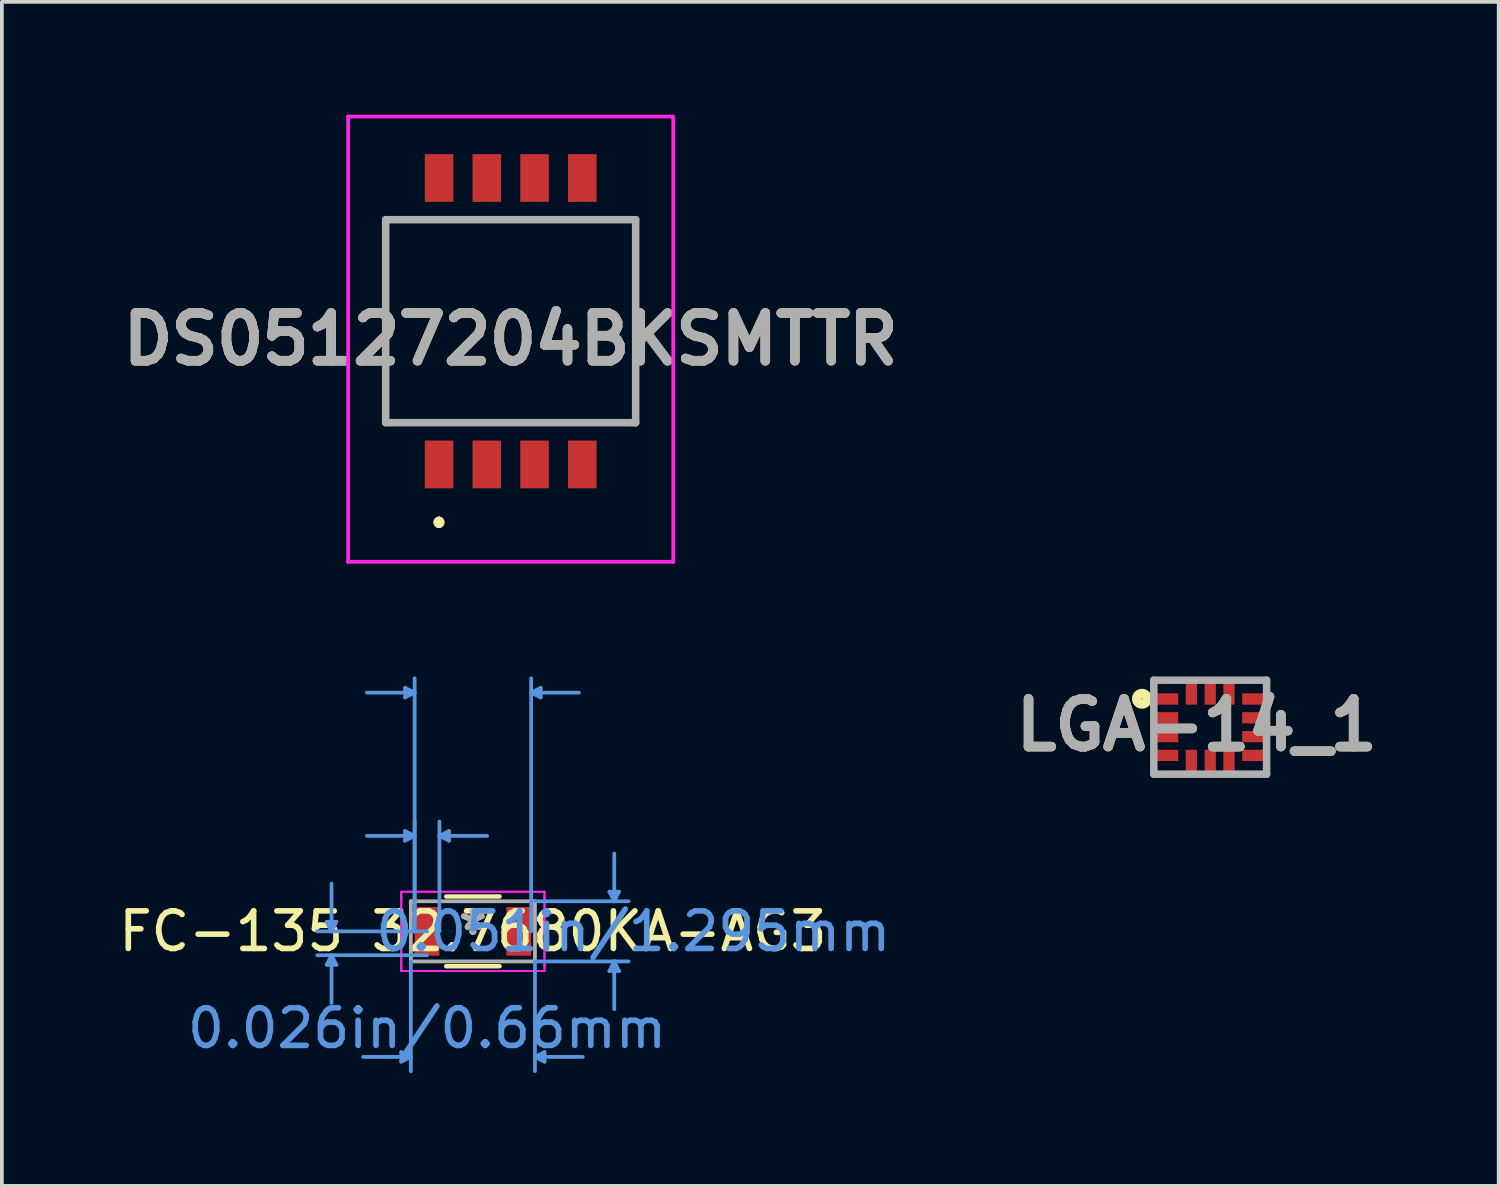
<source format=kicad_pcb>
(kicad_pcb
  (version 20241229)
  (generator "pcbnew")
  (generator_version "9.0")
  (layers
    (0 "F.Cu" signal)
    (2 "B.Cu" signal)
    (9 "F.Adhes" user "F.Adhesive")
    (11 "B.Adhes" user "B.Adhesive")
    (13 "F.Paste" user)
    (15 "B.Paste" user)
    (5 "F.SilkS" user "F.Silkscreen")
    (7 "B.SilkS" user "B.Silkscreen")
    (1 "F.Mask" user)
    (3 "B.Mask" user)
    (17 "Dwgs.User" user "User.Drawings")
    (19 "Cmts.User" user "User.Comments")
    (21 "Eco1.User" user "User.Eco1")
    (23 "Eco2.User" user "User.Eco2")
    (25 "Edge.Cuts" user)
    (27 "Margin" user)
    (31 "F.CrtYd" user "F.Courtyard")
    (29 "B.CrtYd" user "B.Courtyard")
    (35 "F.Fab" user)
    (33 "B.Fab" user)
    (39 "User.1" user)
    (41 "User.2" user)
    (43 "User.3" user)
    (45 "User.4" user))
  (footprint "FC-135 32.7680KA-AG3"
    (layer "F.Cu")
    (at 9.53 21.726)
    (property "Reference" "FC-135 32.7680KA-AG3" (at 0 0 0) (layer "F.SilkS") (effects (font (size 1 1) (thickness 0.15))))
    (attr through_hole)
    (fp_line (start -0.709 0.927) (end 0.709 0.927) (stroke (width 0.12) (type solid)) (layer "F.SilkS"))
    (fp_line (start 0.709 -0.927) (end -0.709 -0.927) (stroke (width 0.12) (type solid)) (layer "F.SilkS"))
    (fp_line (start -3.887 -0.254) (end -3.633 -0.254) (stroke (width 0.1) (type solid)) (layer "Cmts.User"))
    (fp_line (start -3.887 0.889) (end -3.633 0.889) (stroke (width 0.1) (type solid)) (layer "Cmts.User"))
    (fp_line (start -3.76 0) (end -3.887 -0.254) (stroke (width 0.1) (type solid)) (layer "Cmts.User"))
    (fp_line (start -3.76 0) (end -3.76 -1.27) (stroke (width 0.1) (type solid)) (layer "Cmts.User"))
    (fp_line (start -3.76 0) (end -3.633 -0.254) (stroke (width 0.1) (type solid)) (layer "Cmts.User"))
    (fp_line (start -3.76 0.635) (end -3.887 0.889) (stroke (width 0.1) (type solid)) (layer "Cmts.User"))
    (fp_line (start -3.76 0.635) (end -3.76 1.905) (stroke (width 0.1) (type solid)) (layer "Cmts.User"))
    (fp_line (start -3.76 0.635) (end -3.633 0.889) (stroke (width 0.1) (type solid)) (layer "Cmts.User"))
    (fp_line (start -1.905 3.213) (end -1.905 3.467) (stroke (width 0.1) (type solid)) (layer "Cmts.User"))
    (fp_line (start -1.804 -6.477) (end -1.804 -6.223) (stroke (width 0.1) (type solid)) (layer "Cmts.User"))
    (fp_line (start -1.804 -2.667) (end -1.804 -2.413) (stroke (width 0.1) (type solid)) (layer "Cmts.User"))
    (fp_line (start -1.651 0.8) (end -1.651 3.721) (stroke (width 0.1) (type solid)) (layer "Cmts.User"))
    (fp_line (start -1.651 3.34) (end -2.921 3.34) (stroke (width 0.1) (type solid)) (layer "Cmts.User"))
    (fp_line (start -1.651 3.34) (end -1.905 3.213) (stroke (width 0.1) (type solid)) (layer "Cmts.User"))
    (fp_line (start -1.651 3.34) (end -1.905 3.467) (stroke (width 0.1) (type solid)) (layer "Cmts.User"))
    (fp_line (start -1.55 -6.35) (end -2.82 -6.35) (stroke (width 0.1) (type solid)) (layer "Cmts.User"))
    (fp_line (start -1.55 -6.35) (end -1.804 -6.477) (stroke (width 0.1) (type solid)) (layer "Cmts.User"))
    (fp_line (start -1.55 -6.35) (end -1.804 -6.223) (stroke (width 0.1) (type solid)) (layer "Cmts.User"))
    (fp_line (start -1.55 -2.54) (end -2.82 -2.54) (stroke (width 0.1) (type solid)) (layer "Cmts.User"))
    (fp_line (start -1.55 -2.54) (end -1.804 -2.667) (stroke (width 0.1) (type solid)) (layer "Cmts.User"))
    (fp_line (start -1.55 -2.54) (end -1.804 -2.413) (stroke (width 0.1) (type solid)) (layer "Cmts.User"))
    (fp_line (start -1.55 0) (end -1.55 -6.731) (stroke (width 0.1) (type solid)) (layer "Cmts.User"))
    (fp_line (start -1.55 0) (end -1.55 -2.921) (stroke (width 0.1) (type solid)) (layer "Cmts.User"))
    (fp_line (start -1.22 0) (end -4.141 0) (stroke (width 0.1) (type solid)) (layer "Cmts.User"))
    (fp_line (start -1.22 0.635) (end -4.141 0.635) (stroke (width 0.1) (type solid)) (layer "Cmts.User"))
    (fp_line (start -0.89 -2.54) (end -0.636 -2.667) (stroke (width 0.1) (type solid)) (layer "Cmts.User"))
    (fp_line (start -0.89 -2.54) (end -0.636 -2.413) (stroke (width 0.1) (type solid)) (layer "Cmts.User"))
    (fp_line (start -0.89 -2.54) (end 0.38 -2.54) (stroke (width 0.1) (type solid)) (layer "Cmts.User"))
    (fp_line (start -0.89 0) (end -0.89 -2.921) (stroke (width 0.1) (type solid)) (layer "Cmts.User"))
    (fp_line (start -0.636 -2.667) (end -0.636 -2.413) (stroke (width 0.1) (type solid)) (layer "Cmts.User"))
    (fp_line (start 1.55 -6.35) (end 1.804 -6.477) (stroke (width 0.1) (type solid)) (layer "Cmts.User"))
    (fp_line (start 1.55 -6.35) (end 1.804 -6.223) (stroke (width 0.1) (type solid)) (layer "Cmts.User"))
    (fp_line (start 1.55 -6.35) (end 2.82 -6.35) (stroke (width 0.1) (type solid)) (layer "Cmts.User"))
    (fp_line (start 1.55 0) (end 1.55 -6.731) (stroke (width 0.1) (type solid)) (layer "Cmts.User"))
    (fp_line (start 1.651 -0.8) (end 4.141 -0.8) (stroke (width 0.1) (type solid)) (layer "Cmts.User"))
    (fp_line (start 1.651 0.8) (end 1.651 3.721) (stroke (width 0.1) (type solid)) (layer "Cmts.User"))
    (fp_line (start 1.651 0.8) (end 4.141 0.8) (stroke (width 0.1) (type solid)) (layer "Cmts.User"))
    (fp_line (start 1.651 3.34) (end 1.905 3.213) (stroke (width 0.1) (type solid)) (layer "Cmts.User"))
    (fp_line (start 1.651 3.34) (end 1.905 3.467) (stroke (width 0.1) (type solid)) (layer "Cmts.User"))
    (fp_line (start 1.651 3.34) (end 2.921 3.34) (stroke (width 0.1) (type solid)) (layer "Cmts.User"))
    (fp_line (start 1.804 -6.477) (end 1.804 -6.223) (stroke (width 0.1) (type solid)) (layer "Cmts.User"))
    (fp_line (start 1.905 3.213) (end 1.905 3.467) (stroke (width 0.1) (type solid)) (layer "Cmts.User"))
    (fp_line (start 3.633 -1.054) (end 3.887 -1.054) (stroke (width 0.1) (type solid)) (layer "Cmts.User"))
    (fp_line (start 3.633 1.054) (end 3.887 1.054) (stroke (width 0.1) (type solid)) (layer "Cmts.User"))
    (fp_line (start 3.76 -0.8) (end 3.633 -1.054) (stroke (width 0.1) (type solid)) (layer "Cmts.User"))
    (fp_line (start 3.76 -0.8) (end 3.76 -2.07) (stroke (width 0.1) (type solid)) (layer "Cmts.User"))
    (fp_line (start 3.76 -0.8) (end 3.887 -1.054) (stroke (width 0.1) (type solid)) (layer "Cmts.User"))
    (fp_line (start 3.76 0.8) (end 3.633 1.054) (stroke (width 0.1) (type solid)) (layer "Cmts.User"))
    (fp_line (start 3.76 0.8) (end 3.76 2.07) (stroke (width 0.1) (type solid)) (layer "Cmts.User"))
    (fp_line (start 3.76 0.8) (end 3.887 1.054) (stroke (width 0.1) (type solid)) (layer "Cmts.User"))
    (fp_line (start -1.905 -1.054) (end 1.905 -1.054) (stroke (width 0.05) (type solid)) (layer "F.CrtYd"))
    (fp_line (start -1.905 -1.054) (end 1.905 -1.054) (stroke (width 0.05) (type solid)) (layer "F.CrtYd"))
    (fp_line (start -1.905 -0.902) (end -1.905 -1.054) (stroke (width 0.05) (type solid)) (layer "F.CrtYd"))
    (fp_line (start -1.905 -0.902) (end -1.905 -1.054) (stroke (width 0.05) (type solid)) (layer "F.CrtYd"))
    (fp_line (start -1.905 -0.902) (end -1.905 -0.902) (stroke (width 0.05) (type solid)) (layer "F.CrtYd"))
    (fp_line (start -1.905 -0.902) (end -1.905 -0.902) (stroke (width 0.05) (type solid)) (layer "F.CrtYd"))
    (fp_line (start -1.905 0.902) (end -1.905 -0.902) (stroke (width 0.05) (type solid)) (layer "F.CrtYd"))
    (fp_line (start -1.905 0.902) (end -1.905 -0.902) (stroke (width 0.05) (type solid)) (layer "F.CrtYd"))
    (fp_line (start -1.905 0.902) (end -1.905 0.902) (stroke (width 0.05) (type solid)) (layer "F.CrtYd"))
    (fp_line (start -1.905 0.902) (end -1.905 0.902) (stroke (width 0.05) (type solid)) (layer "F.CrtYd"))
    (fp_line (start -1.905 1.054) (end -1.905 0.902) (stroke (width 0.05) (type solid)) (layer "F.CrtYd"))
    (fp_line (start -1.905 1.054) (end -1.905 0.902) (stroke (width 0.05) (type solid)) (layer "F.CrtYd"))
    (fp_line (start 1.905 -1.054) (end 1.905 -0.902) (stroke (width 0.05) (type solid)) (layer "F.CrtYd"))
    (fp_line (start 1.905 -1.054) (end 1.905 -0.902) (stroke (width 0.05) (type solid)) (layer "F.CrtYd"))
    (fp_line (start 1.905 -0.902) (end 1.905 -0.902) (stroke (width 0.05) (type solid)) (layer "F.CrtYd"))
    (fp_line (start 1.905 -0.902) (end 1.905 -0.902) (stroke (width 0.05) (type solid)) (layer "F.CrtYd"))
    (fp_line (start 1.905 -0.902) (end 1.905 0.902) (stroke (width 0.05) (type solid)) (layer "F.CrtYd"))
    (fp_line (start 1.905 -0.902) (end 1.905 0.902) (stroke (width 0.05) (type solid)) (layer "F.CrtYd"))
    (fp_line (start 1.905 0.902) (end 1.905 0.902) (stroke (width 0.05) (type solid)) (layer "F.CrtYd"))
    (fp_line (start 1.905 0.902) (end 1.905 0.902) (stroke (width 0.05) (type solid)) (layer "F.CrtYd"))
    (fp_line (start 1.905 0.902) (end 1.905 1.054) (stroke (width 0.05) (type solid)) (layer "F.CrtYd"))
    (fp_line (start 1.905 0.902) (end 1.905 1.054) (stroke (width 0.05) (type solid)) (layer "F.CrtYd"))
    (fp_line (start 1.905 1.054) (end -1.905 1.054) (stroke (width 0.05) (type solid)) (layer "F.CrtYd"))
    (fp_line (start 1.905 1.054) (end -1.905 1.054) (stroke (width 0.05) (type solid)) (layer "F.CrtYd"))
    (fp_line (start -1.651 -0.8) (end -1.651 0.8) (stroke (width 0.1) (type solid)) (layer "F.Fab"))
    (fp_line (start -1.651 0.8) (end 1.651 0.8) (stroke (width 0.1) (type solid)) (layer "F.Fab"))
    (fp_line (start 1.651 -0.8) (end -1.651 -0.8) (stroke (width 0.1) (type solid)) (layer "F.Fab"))
    (fp_line (start 1.651 0.8) (end 1.651 -0.8) (stroke (width 0.1) (type solid)) (layer "F.Fab"))
    (fp_circle (center 0 0) (end 0 0) (stroke (width 0.1) (type solid)) (fill no) (layer "F.Fab"))
    (fp_text user "*" (at 0 0 0) (layer "F.SilkS") (effects (font (size 1 1) (thickness 0.15))))
    (fp_text user "0.026in/0.66mm" (at -1.22 2.578 0) (layer "Cmts.User") (effects (font (size 1 1) (thickness 0.15))))
    (fp_text user "0.051in/1.295mm" (at 4.268 0 0) (layer "Cmts.User") (effects (font (size 1 1) (thickness 0.15))))
    (fp_text user "Copyright 2021 Accelerated Designs. All rights reserved." (at 0 0 0) (layer "Cmts.User") (effects (font (size 0.127 0.127) (thickness 0.002))))
    (fp_text user "*" (at 0 0 0) (layer "F.Fab") (effects (font (size 1 1) (thickness 0.15))))
    (pad "1" smd rect (at -1.22 0) (size 0.66 1.295) (layers "F.Cu" "F.Mask" "F.Paste"))
    (pad "2" smd rect (at 1.22 0) (size 0.66 1.295) (layers "F.Cu" "F.Mask" "F.Paste")))
  (footprint "DS05127204BKSMTTR"
    (layer "F.Cu")
    (at 10.535 5.495)
    (property "Reference" "DS05127204BKSMTTR" (at 0 0.477 0) (layer "F.SilkS") (effects (font (size 1.27 1.27) (thickness 0.254))))
    (attr smd)
    (fp_line (start -3.325 -2.7) (end 3.325 -2.7) (stroke (width 0.1) (type solid)) (layer "F.SilkS"))
    (fp_line (start -3.325 2.7) (end -3.325 -2.7) (stroke (width 0.1) (type solid)) (layer "F.SilkS"))
    (fp_line (start -1.905 5.3) (end -1.905 5.3) (stroke (width 0.2) (type solid)) (layer "F.SilkS"))
    (fp_line (start -1.905 5.3) (end -1.905 5.3) (stroke (width 0.2) (type solid)) (layer "F.SilkS"))
    (fp_line (start -1.905 5.4) (end -1.905 5.4) (stroke (width 0.2) (type solid)) (layer "F.SilkS"))
    (fp_line (start 3.325 -2.7) (end 3.325 2.7) (stroke (width 0.1) (type solid)) (layer "F.SilkS"))
    (fp_line (start 3.325 2.7) (end -3.325 2.7) (stroke (width 0.1) (type solid)) (layer "F.SilkS"))
    (fp_arc (start -1.905 5.3) (mid -1.855 5.35) (end -1.905 5.4) (stroke (width 0.2) (type solid)) (layer "F.SilkS"))
    (fp_arc (start -1.905 5.4) (mid -1.955 5.35) (end -1.905 5.3) (stroke (width 0.2) (type solid)) (layer "F.SilkS"))
    (fp_arc (start -1.905 5.4) (mid -1.955 5.35) (end -1.905 5.3) (stroke (width 0.2) (type solid)) (layer "F.SilkS"))
    (fp_line (start -4.325 -5.445) (end 4.325 -5.445) (stroke (width 0.1) (type solid)) (layer "F.CrtYd"))
    (fp_line (start -4.325 6.4) (end -4.325 -5.445) (stroke (width 0.1) (type solid)) (layer "F.CrtYd"))
    (fp_line (start 4.325 -5.445) (end 4.325 6.4) (stroke (width 0.1) (type solid)) (layer "F.CrtYd"))
    (fp_line (start 4.325 6.4) (end -4.325 6.4) (stroke (width 0.1) (type solid)) (layer "F.CrtYd"))
    (fp_line (start -3.325 -2.7) (end -3.325 2.7) (stroke (width 0.2) (type solid)) (layer "F.Fab"))
    (fp_line (start -3.325 2.7) (end 3.325 2.7) (stroke (width 0.2) (type solid)) (layer "F.Fab"))
    (fp_line (start 3.325 -2.7) (end -3.325 -2.7) (stroke (width 0.2) (type solid)) (layer "F.Fab"))
    (fp_line (start 3.325 2.7) (end 3.325 -2.7) (stroke (width 0.2) (type solid)) (layer "F.Fab"))
    (fp_text user "${REFERENCE}" (at 0 0.477 0) (layer "F.Fab") (effects (font (size 1.27 1.27) (thickness 0.254))))
    (pad "1" smd rect (at -1.905 3.81) (size 0.76 1.27) (layers "F.Cu" "F.Mask" "F.Paste"))
    (pad "2" smd rect (at -1.905 -3.81) (size 0.76 1.27) (layers "F.Cu" "F.Mask" "F.Paste"))
    (pad "3" smd rect (at -0.635 3.81) (size 0.76 1.27) (layers "F.Cu" "F.Mask" "F.Paste"))
    (pad "4" smd rect (at -0.635 -3.81) (size 0.76 1.27) (layers "F.Cu" "F.Mask" "F.Paste"))
    (pad "5" smd rect (at 0.635 3.81) (size 0.76 1.27) (layers "F.Cu" "F.Mask" "F.Paste"))
    (pad "6" smd rect (at 0.635 -3.81) (size 0.76 1.27) (layers "F.Cu" "F.Mask" "F.Paste"))
    (pad "7" smd rect (at 1.905 3.81) (size 0.76 1.27) (layers "F.Cu" "F.Mask" "F.Paste"))
    (pad "8" smd rect (at 1.905 -3.81) (size 0.76 1.27) (layers "F.Cu" "F.Mask" "F.Paste")))
  (footprint "LGA-14_1"
    (layer "F.Cu")
    (at 29.144 16.295)
    (property "Reference" "LGA-14_1" (at -0.357 -0.058 0) (layer "F.SilkS") (effects (font (size 1.27 1.27) (thickness 0.254))))
    (attr smd)
    (fp_circle (center -1.815 -0.756) (end -1.815 -0.744) (stroke (width 0.254) (type solid)) (fill no) (layer "F.SilkS"))
    (fp_line (start -1.5 -1.25) (end 1.5 -1.25) (stroke (width 0.2) (type solid)) (layer "F.Fab"))
    (fp_line (start -1.5 1.25) (end -1.5 -1.25) (stroke (width 0.2) (type solid)) (layer "F.Fab"))
    (fp_line (start 1.5 -1.25) (end 1.5 1.25) (stroke (width 0.2) (type solid)) (layer "F.Fab"))
    (fp_line (start 1.5 1.25) (end -1.5 1.25) (stroke (width 0.2) (type solid)) (layer "F.Fab"))
    (fp_text user "${REFERENCE}" (at -0.357 -0.058 0) (layer "F.Fab") (effects (font (size 1.27 1.27) (thickness 0.254))))
    (pad "1" smd rect (at -1.15 -0.75 90) (size 0.3 0.6) (layers "F.Cu" "F.Mask" "F.Paste"))
    (pad "2" smd rect (at -1.15 -0.25 90) (size 0.3 0.6) (layers "F.Cu" "F.Mask" "F.Paste"))
    (pad "3" smd rect (at -1.15 0.25 90) (size 0.3 0.6) (layers "F.Cu" "F.Mask" "F.Paste"))
    (pad "4" smd rect (at -1.15 0.75 90) (size 0.3 0.6) (layers "F.Cu" "F.Mask" "F.Paste"))
    (pad "5" smd rect (at -0.5 0.9) (size 0.3 0.6) (layers "F.Cu" "F.Mask" "F.Paste"))
    (pad "6" smd rect (at 0 0.9) (size 0.3 0.6) (layers "F.Cu" "F.Mask" "F.Paste"))
    (pad "7" smd rect (at 0.5 0.9) (size 0.3 0.6) (layers "F.Cu" "F.Mask" "F.Paste"))
    (pad "8" smd rect (at 1.15 0.75 90) (size 0.3 0.6) (layers "F.Cu" "F.Mask" "F.Paste"))
    (pad "9" smd rect (at 1.15 0.25 90) (size 0.3 0.6) (layers "F.Cu" "F.Mask" "F.Paste"))
    (pad "10" smd rect (at 1.15 -0.25 90) (size 0.3 0.6) (layers "F.Cu" "F.Mask" "F.Paste"))
    (pad "11" smd rect (at 1.15 -0.75 90) (size 0.3 0.6) (layers "F.Cu" "F.Mask" "F.Paste"))
    (pad "12" smd rect (at 0.5 -0.9) (size 0.3 0.6) (layers "F.Cu" "F.Mask" "F.Paste"))
    (pad "13" smd rect (at 0 -0.9) (size 0.3 0.6) (layers "F.Cu" "F.Mask" "F.Paste"))
    (pad "14" smd rect (at -0.5 -0.9) (size 0.3 0.6) (layers "F.Cu" "F.Mask" "F.Paste")))
  (gr_rect
    (start -3 -3)
    (end 36.819 28.497)
    (stroke (width 0.1) (type default))
    (fill no)
    (layer "Edge.Cuts")))
</source>
